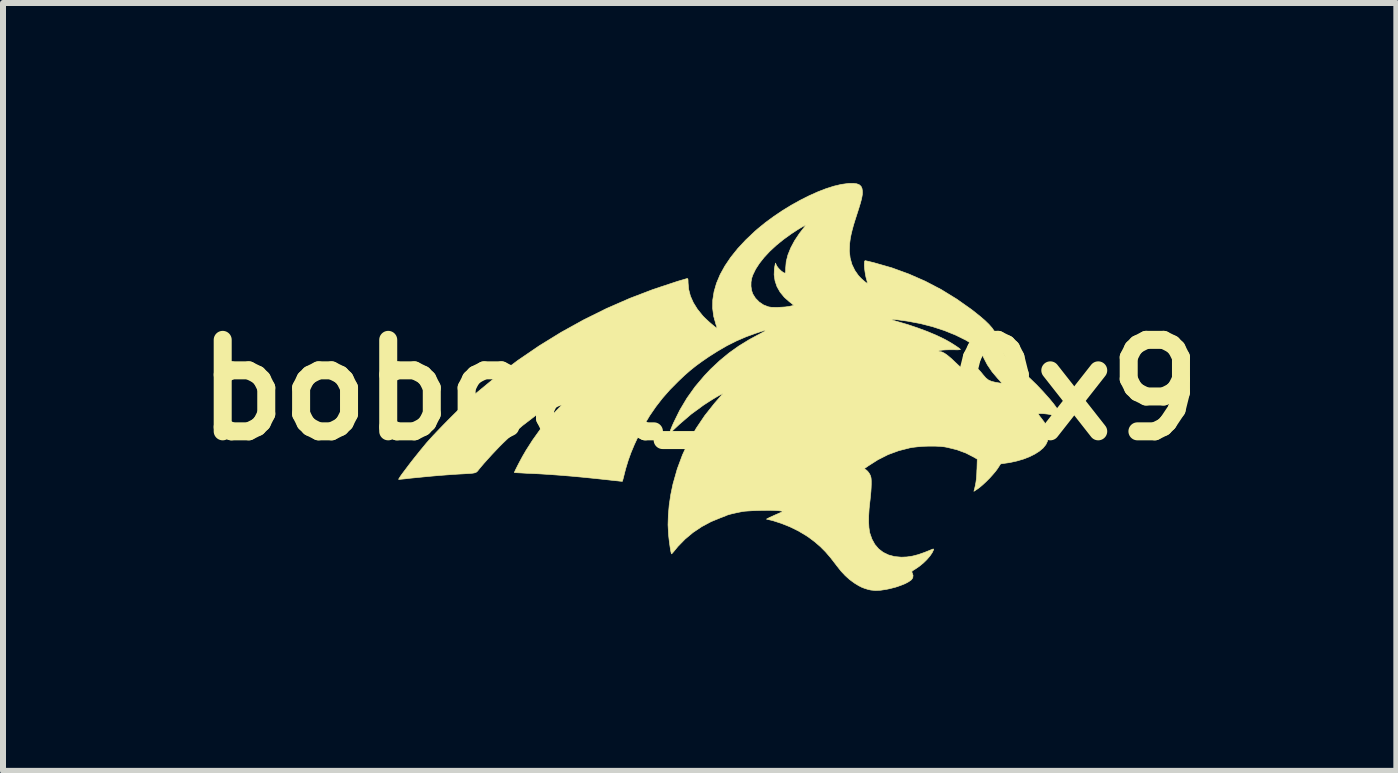
<source format=kicad_pcb>
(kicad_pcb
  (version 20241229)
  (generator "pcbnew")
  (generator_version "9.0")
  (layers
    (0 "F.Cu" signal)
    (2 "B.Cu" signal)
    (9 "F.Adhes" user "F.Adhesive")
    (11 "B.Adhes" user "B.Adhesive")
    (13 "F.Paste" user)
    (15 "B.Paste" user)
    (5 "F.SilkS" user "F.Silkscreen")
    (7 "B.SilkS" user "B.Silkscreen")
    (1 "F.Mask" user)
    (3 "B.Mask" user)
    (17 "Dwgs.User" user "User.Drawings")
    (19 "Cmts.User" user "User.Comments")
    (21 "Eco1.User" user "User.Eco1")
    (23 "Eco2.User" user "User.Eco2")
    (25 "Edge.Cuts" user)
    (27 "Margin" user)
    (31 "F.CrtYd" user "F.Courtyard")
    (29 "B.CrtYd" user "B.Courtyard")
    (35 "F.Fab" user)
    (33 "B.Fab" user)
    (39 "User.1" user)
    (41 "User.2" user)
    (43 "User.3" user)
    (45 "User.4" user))
  (footprint "bobcat_13.0x9"
    (layer "F.Cu")
    (at 8.607 3.447)
    (property "Reference" "bobcat_13.0x9" (at 0 0 0) (layer "F.SilkS") (effects (font (size 1.524 1.524) (thickness 0.3))))
    (attr through_hole)
    (fp_poly (pts (xy 2.617 -3.435) (xy 2.659 -3.419) (xy 2.688 -3.393) (xy 2.705 -3.356) (xy 2.71 -3.323) (xy 2.712 -3.29) (xy 2.71 -3.255) (xy 2.703 -3.214) (xy 2.692 -3.164) (xy 2.675 -3.103) (xy 2.652 -3.027) (xy 2.626 -2.946) (xy 2.591 -2.837) (xy 2.562 -2.743) (xy 2.54 -2.661) (xy 2.523 -2.59) (xy 2.51 -2.525) (xy 2.502 -2.463) (xy 2.499 -2.441) (xy 2.494 -2.314) (xy 2.507 -2.198) (xy 2.537 -2.091) (xy 2.585 -1.992) (xy 2.645 -1.906) (xy 2.671 -1.878) (xy 2.701 -1.848) (xy 2.733 -1.82) (xy 2.762 -1.796) (xy 2.784 -1.781) (xy 2.794 -1.778) (xy 2.795 -1.787) (xy 2.79 -1.809) (xy 2.783 -1.835) (xy 2.771 -1.878) (xy 2.761 -1.928) (xy 2.753 -1.981) (xy 2.747 -2.032) (xy 2.744 -2.079) (xy 2.745 -2.118) (xy 2.748 -2.144) (xy 2.756 -2.154) (xy 2.756 -2.154) (xy 2.77 -2.152) (xy 2.8 -2.145) (xy 2.842 -2.135) (xy 2.891 -2.123) (xy 2.911 -2.118) (xy 3.201 -2.035) (xy 3.484 -1.932) (xy 3.758 -1.812) (xy 4.024 -1.673) (xy 4.281 -1.515) (xy 4.528 -1.341) (xy 4.668 -1.23) (xy 4.751 -1.159) (xy 4.819 -1.093) (xy 4.874 -1.03) (xy 4.919 -0.964) (xy 4.957 -0.893) (xy 4.99 -0.813) (xy 5.009 -0.757) (xy 5.037 -0.676) (xy 5.067 -0.61) (xy 5.1 -0.553) (xy 5.141 -0.502) (xy 5.192 -0.452) (xy 5.257 -0.399) (xy 5.286 -0.377) (xy 5.39 -0.294) (xy 5.5 -0.196) (xy 5.612 -0.088) (xy 5.722 0.028) (xy 5.827 0.146) (xy 5.892 0.225) (xy 5.917 0.258) (xy 5.945 0.297) (xy 5.975 0.34) (xy 6.003 0.382) (xy 6.029 0.421) (xy 6.048 0.454) (xy 6.06 0.476) (xy 6.062 0.484) (xy 6.052 0.482) (xy 6.028 0.474) (xy 5.994 0.462) (xy 5.981 0.457) (xy 5.934 0.439) (xy 5.884 0.423) (xy 5.843 0.411) (xy 5.841 0.41) (xy 5.804 0.403) (xy 5.762 0.398) (xy 5.719 0.394) (xy 5.681 0.393) (xy 5.654 0.395) (xy 5.643 0.399) (xy 5.646 0.409) (xy 5.66 0.43) (xy 5.681 0.457) (xy 5.682 0.458) (xy 5.743 0.539) (xy 5.784 0.622) (xy 5.806 0.705) (xy 5.808 0.787) (xy 5.795 0.853) (xy 5.768 0.91) (xy 5.723 0.966) (xy 5.661 1.019) (xy 5.584 1.068) (xy 5.494 1.113) (xy 5.393 1.152) (xy 5.283 1.184) (xy 5.165 1.21) (xy 5.1 1.219) (xy 5.061 1.225) (xy 5.031 1.229) (xy 5.015 1.232) (xy 5.013 1.233) (xy 5.008 1.241) (xy 4.994 1.263) (xy 4.974 1.294) (xy 4.963 1.311) (xy 4.929 1.357) (xy 4.883 1.411) (xy 4.83 1.47) (xy 4.773 1.527) (xy 4.716 1.58) (xy 4.665 1.623) (xy 4.634 1.646) (xy 4.569 1.689) (xy 4.577 1.66) (xy 4.592 1.596) (xy 4.603 1.537) (xy 4.611 1.477) (xy 4.616 1.409) (xy 4.619 1.328) (xy 4.62 1.326) (xy 4.625 1.153) (xy 4.571 1.121) (xy 4.435 1.051) (xy 4.286 0.996) (xy 4.127 0.957) (xy 4.08 0.948) (xy 4.006 0.94) (xy 3.918 0.936) (xy 3.822 0.936) (xy 3.724 0.939) (xy 3.629 0.947) (xy 3.543 0.957) (xy 3.5 0.965) (xy 3.316 1.012) (xy 3.139 1.077) (xy 2.971 1.162) (xy 2.809 1.265) (xy 2.806 1.267) (xy 2.742 1.312) (xy 2.776 1.334) (xy 2.8 1.356) (xy 2.824 1.388) (xy 2.835 1.407) (xy 2.846 1.431) (xy 2.853 1.454) (xy 2.857 1.481) (xy 2.859 1.516) (xy 2.859 1.566) (xy 2.859 1.575) (xy 2.857 1.628) (xy 2.853 1.694) (xy 2.846 1.766) (xy 2.839 1.836) (xy 2.836 1.859) (xy 2.823 1.981) (xy 2.816 2.096) (xy 2.815 2.201) (xy 2.82 2.292) (xy 2.831 2.367) (xy 2.834 2.382) (xy 2.87 2.485) (xy 2.919 2.574) (xy 2.982 2.648) (xy 3.058 2.706) (xy 3.147 2.749) (xy 3.247 2.776) (xy 3.359 2.786) (xy 3.363 2.786) (xy 3.454 2.782) (xy 3.546 2.768) (xy 3.643 2.743) (xy 3.748 2.706) (xy 3.823 2.676) (xy 3.862 2.66) (xy 3.885 2.651) (xy 3.896 2.65) (xy 3.898 2.655) (xy 3.896 2.665) (xy 3.873 2.713) (xy 3.836 2.767) (xy 3.787 2.824) (xy 3.729 2.881) (xy 3.666 2.933) (xy 3.6 2.979) (xy 3.59 2.985) (xy 3.558 3.005) (xy 3.54 3.019) (xy 3.534 3.029) (xy 3.537 3.041) (xy 3.541 3.048) (xy 3.555 3.09) (xy 3.55 3.13) (xy 3.528 3.162) (xy 3.484 3.194) (xy 3.423 3.227) (xy 3.348 3.257) (xy 3.263 3.286) (xy 3.169 3.31) (xy 3.113 3.322) (xy 3.015 3.337) (xy 2.929 3.341) (xy 2.853 3.334) (xy 2.804 3.323) (xy 2.746 3.305) (xy 2.698 3.286) (xy 2.651 3.262) (xy 2.598 3.23) (xy 2.576 3.216) (xy 2.498 3.159) (xy 2.426 3.094) (xy 2.355 3.018) (xy 2.282 2.926) (xy 2.271 2.911) (xy 2.182 2.796) (xy 2.096 2.696) (xy 2.009 2.609) (xy 1.916 2.529) (xy 1.816 2.454) (xy 1.766 2.421) (xy 1.641 2.347) (xy 1.504 2.28) (xy 1.361 2.223) (xy 1.219 2.177) (xy 1.143 2.159) (xy 1.113 2.152) (xy 1.143 2.136) (xy 1.164 2.125) (xy 1.2 2.109) (xy 1.243 2.089) (xy 1.284 2.071) (xy 1.394 2.023) (xy 1.345 2.015) (xy 1.307 2.011) (xy 1.252 2.008) (xy 1.186 2.006) (xy 1.111 2.006) (xy 1.032 2.007) (xy 0.952 2.009) (xy 0.877 2.012) (xy 0.809 2.016) (xy 0.753 2.02) (xy 0.716 2.025) (xy 0.66 2.036) (xy 0.603 2.048) (xy 0.549 2.06) (xy 0.502 2.072) (xy 0.465 2.083) (xy 0.444 2.091) (xy 0.442 2.092) (xy 0.428 2.099) (xy 0.4 2.11) (xy 0.364 2.123) (xy 0.351 2.128) (xy 0.19 2.194) (xy 0.035 2.277) (xy -0.11 2.374) (xy -0.243 2.485) (xy -0.362 2.607) (xy -0.398 2.651) (xy -0.426 2.685) (xy -0.448 2.711) (xy -0.463 2.727) (xy -0.467 2.731) (xy -0.472 2.723) (xy -0.479 2.698) (xy -0.486 2.659) (xy -0.494 2.608) (xy -0.502 2.551) (xy -0.51 2.488) (xy -0.517 2.424) (xy -0.519 2.398) (xy -0.527 2.247) (xy -0.522 2.084) (xy -0.507 1.914) (xy -0.481 1.741) (xy -0.445 1.569) (xy -0.442 1.558) (xy -0.373 1.315) (xy -0.286 1.081) (xy -0.181 0.855) (xy -0.057 0.638) (xy 0.085 0.427) (xy 0.246 0.224) (xy 0.308 0.153) (xy 0.338 0.118) (xy 0.362 0.09) (xy 0.378 0.071) (xy 0.382 0.063) (xy 0.371 0.066) (xy 0.347 0.079) (xy 0.311 0.099) (xy 0.268 0.124) (xy 0.218 0.154) (xy 0.167 0.186) (xy 0.116 0.219) (xy 0.068 0.25) (xy 0.061 0.255) (xy -0.141 0.403) (xy -0.336 0.57) (xy -0.385 0.616) (xy -0.43 0.658) (xy -0.462 0.687) (xy -0.483 0.702) (xy -0.492 0.702) (xy -0.491 0.686) (xy -0.48 0.654) (xy -0.46 0.605) (xy -0.436 0.55) (xy -0.332 0.338) (xy -0.212 0.137) (xy -0.076 -0.054) (xy 0.078 -0.236) (xy 0.182 -0.346) (xy 0.334 -0.488) (xy 0.489 -0.616) (xy 0.652 -0.732) (xy 0.828 -0.84) (xy 0.967 -0.915) (xy 1.028 -0.947) (xy 1.072 -0.971) (xy 1.098 -0.986) (xy 1.106 -0.994) (xy 1.096 -0.994) (xy 1.067 -0.987) (xy 1.02 -0.973) (xy 0.954 -0.951) (xy 0.935 -0.945) (xy 0.773 -0.886) (xy 0.615 -0.818) (xy 0.457 -0.739) (xy 0.297 -0.646) (xy 0.155 -0.556) (xy 0.04 -0.477) (xy -0.063 -0.402) (xy -0.159 -0.325) (xy -0.253 -0.243) (xy -0.35 -0.151) (xy -0.354 -0.147) (xy -0.495 -0.005) (xy -0.619 0.136) (xy -0.73 0.279) (xy -0.832 0.427) (xy -0.927 0.587) (xy -1.018 0.762) (xy -1.021 0.767) (xy -1.088 0.91) (xy -1.144 1.044) (xy -1.191 1.175) (xy -1.232 1.31) (xy -1.248 1.371) (xy -1.261 1.423) (xy -1.272 1.467) (xy -1.281 1.5) (xy -1.286 1.519) (xy -1.287 1.522) (xy -1.297 1.522) (xy -1.324 1.52) (xy -1.366 1.515) (xy -1.419 1.51) (xy -1.481 1.503) (xy -1.515 1.499) (xy -1.739 1.475) (xy -1.947 1.454) (xy -2.141 1.436) (xy -2.326 1.421) (xy -2.504 1.408) (xy -2.68 1.397) (xy -2.814 1.391) (xy -2.886 1.388) (xy -2.951 1.384) (xy -3.006 1.381) (xy -3.049 1.379) (xy -3.077 1.377) (xy -3.087 1.376) (xy -3.084 1.366) (xy -3.073 1.341) (xy -3.055 1.305) (xy -3.032 1.259) (xy -3.005 1.207) (xy -2.976 1.153) (xy -2.946 1.098) (xy -2.916 1.047) (xy -2.896 1.012) (xy -2.785 0.838) (xy -2.66 0.663) (xy -2.563 0.539) (xy -2.515 0.484) (xy -2.457 0.419) (xy -2.39 0.347) (xy -2.32 0.274) (xy -2.249 0.203) (xy -2.182 0.138) (xy -2.123 0.082) (xy -2.096 0.058) (xy -2.063 0.028) (xy -2.036 0.004) (xy -2.02 -0.012) (xy -2.016 -0.018) (xy -2.026 -0.015) (xy -2.05 -0.003) (xy -2.086 0.016) (xy -2.13 0.04) (xy -2.159 0.056) (xy -2.434 0.219) (xy -2.698 0.399) (xy -2.952 0.594) (xy -3.191 0.803) (xy -3.275 0.883) (xy -3.334 0.942) (xy -3.398 1.009) (xy -3.465 1.08) (xy -3.531 1.153) (xy -3.593 1.222) (xy -3.646 1.284) (xy -3.678 1.323) (xy -3.692 1.341) (xy -3.705 1.356) (xy -3.717 1.367) (xy -3.733 1.375) (xy -3.754 1.382) (xy -3.783 1.387) (xy -3.822 1.391) (xy -3.875 1.394) (xy -3.943 1.398) (xy -4.018 1.402) (xy -4.113 1.408) (xy -4.222 1.416) (xy -4.342 1.425) (xy -4.467 1.436) (xy -4.593 1.448) (xy -4.715 1.46) (xy -4.827 1.471) (xy -4.882 1.478) (xy -4.931 1.483) (xy -4.972 1.487) (xy -5.002 1.49) (xy -5.015 1.49) (xy -5.016 1.49) (xy -5.012 1.48) (xy -4.997 1.456) (xy -4.973 1.42) (xy -4.939 1.374) (xy -4.899 1.321) (xy -4.854 1.261) (xy -4.805 1.197) (xy -4.753 1.131) (xy -4.7 1.065) (xy -4.648 1) (xy -4.598 0.94) (xy -4.554 0.886) (xy -4.503 0.829) (xy -4.44 0.76) (xy -4.367 0.683) (xy -4.286 0.599) (xy -4.201 0.512) (xy -4.113 0.424) (xy -4.025 0.337) (xy -3.94 0.255) (xy -3.86 0.179) (xy -3.788 0.112) (xy -3.726 0.056) (xy -3.713 0.045) (xy -3.377 -0.232) (xy -3.03 -0.492) (xy -2.674 -0.735) (xy -2.309 -0.96) (xy -1.935 -1.167) (xy -1.554 -1.356) (xy -1.165 -1.526) (xy -0.77 -1.677) (xy -0.368 -1.81) (xy -0.211 -1.856) (xy -0.202 -1.856) (xy -0.196 -1.848) (xy -0.194 -1.829) (xy -0.193 -1.793) (xy -0.193 -1.785) (xy -0.183 -1.675) (xy -0.154 -1.564) (xy -0.105 -1.454) (xy -0.038 -1.346) (xy 0.046 -1.242) (xy 0.059 -1.227) (xy 0.088 -1.198) (xy 0.122 -1.166) (xy 0.16 -1.131) (xy 0.198 -1.098) (xy 0.233 -1.069) (xy 0.262 -1.046) (xy 0.283 -1.032) (xy 0.29 -1.029) (xy 0.289 -1.039) (xy 0.282 -1.063) (xy 0.27 -1.096) (xy 0.269 -1.099) (xy 0.248 -1.176) (xy 3.184 -1.176) (xy 3.191 -1.172) (xy 3.215 -1.163) (xy 3.251 -1.152) (xy 3.296 -1.139) (xy 3.299 -1.138) (xy 3.467 -1.089) (xy 3.633 -1.033) (xy 3.792 -0.974) (xy 3.94 -0.912) (xy 4.054 -0.858) (xy 4.099 -0.835) (xy 4.147 -0.808) (xy 4.196 -0.779) (xy 4.242 -0.75) (xy 4.283 -0.723) (xy 4.316 -0.7) (xy 4.337 -0.683) (xy 4.344 -0.673) (xy 4.344 -0.673) (xy 4.332 -0.671) (xy 4.304 -0.669) (xy 4.265 -0.669) (xy 4.223 -0.67) (xy 4.159 -0.67) (xy 4.1 -0.668) (xy 4.05 -0.665) (xy 4.012 -0.66) (xy 3.989 -0.654) (xy 3.983 -0.649) (xy 3.991 -0.641) (xy 4 -0.64) (xy 4.036 -0.633) (xy 4.08 -0.611) (xy 4.132 -0.574) (xy 4.194 -0.522) (xy 4.257 -0.462) (xy 4.319 -0.404) (xy 4.37 -0.359) (xy 4.415 -0.326) (xy 4.456 -0.303) (xy 4.496 -0.288) (xy 4.537 -0.279) (xy 4.576 -0.279) (xy 4.6 -0.293) (xy 4.61 -0.319) (xy 4.609 -0.337) (xy 4.607 -0.357) (xy 4.612 -0.366) (xy 4.627 -0.358) (xy 4.651 -0.336) (xy 4.682 -0.302) (xy 4.717 -0.259) (xy 4.727 -0.247) (xy 4.768 -0.2) (xy 4.811 -0.166) (xy 4.863 -0.143) (xy 4.929 -0.127) (xy 4.932 -0.127) (xy 4.977 -0.119) (xy 5.006 -0.114) (xy 5.021 -0.113) (xy 5.028 -0.115) (xy 5.029 -0.118) (xy 5.023 -0.128) (xy 5.005 -0.149) (xy 4.98 -0.177) (xy 4.964 -0.194) (xy 4.872 -0.303) (xy 4.792 -0.421) (xy 4.729 -0.542) (xy 4.7 -0.615) (xy 4.689 -0.643) (xy 4.677 -0.664) (xy 4.661 -0.683) (xy 4.636 -0.703) (xy 4.598 -0.729) (xy 4.592 -0.734) (xy 4.437 -0.829) (xy 4.265 -0.914) (xy 4.08 -0.989) (xy 3.882 -1.054) (xy 3.675 -1.107) (xy 3.459 -1.147) (xy 3.299 -1.169) (xy 3.254 -1.173) (xy 3.217 -1.176) (xy 3.192 -1.177) (xy 3.184 -1.176) (xy 0.248 -1.176) (xy 0.233 -1.229) (xy 0.216 -1.363) (xy 0.218 -1.499) (xy 0.24 -1.638) (xy 0.266 -1.728) (xy 0.855 -1.728) (xy 0.865 -1.659) (xy 0.884 -1.601) (xy 0.93 -1.528) (xy 0.991 -1.466) (xy 1.063 -1.417) (xy 1.143 -1.386) (xy 1.162 -1.382) (xy 1.197 -1.377) (xy 1.247 -1.376) (xy 1.305 -1.376) (xy 1.367 -1.379) (xy 1.427 -1.383) (xy 1.479 -1.39) (xy 1.496 -1.393) (xy 1.53 -1.4) (xy 1.555 -1.407) (xy 1.565 -1.412) (xy 1.565 -1.412) (xy 1.557 -1.42) (xy 1.537 -1.437) (xy 1.508 -1.46) (xy 1.497 -1.468) (xy 1.411 -1.544) (xy 1.341 -1.629) (xy 1.289 -1.72) (xy 1.256 -1.817) (xy 1.241 -1.918) (xy 1.245 -2.022) (xy 1.251 -2.056) (xy 1.263 -2.114) (xy 1.28 -2.075) (xy 1.298 -2.046) (xy 1.326 -2.014) (xy 1.358 -1.983) (xy 1.389 -1.96) (xy 1.412 -1.948) (xy 1.422 -1.947) (xy 1.428 -1.952) (xy 1.431 -1.967) (xy 1.432 -1.995) (xy 1.433 -2.031) (xy 1.442 -2.138) (xy 1.47 -2.249) (xy 1.517 -2.366) (xy 1.581 -2.486) (xy 1.662 -2.608) (xy 1.722 -2.685) (xy 1.744 -2.713) (xy 1.758 -2.733) (xy 1.763 -2.743) (xy 1.762 -2.743) (xy 1.747 -2.738) (xy 1.718 -2.722) (xy 1.677 -2.698) (xy 1.628 -2.668) (xy 1.573 -2.632) (xy 1.524 -2.6) (xy 1.394 -2.506) (xy 1.275 -2.409) (xy 1.167 -2.309) (xy 1.074 -2.209) (xy 0.995 -2.109) (xy 0.932 -2.012) (xy 0.886 -1.917) (xy 0.868 -1.865) (xy 0.856 -1.799) (xy 0.855 -1.728) (xy 0.266 -1.728) (xy 0.281 -1.779) (xy 0.341 -1.922) (xy 0.42 -2.065) (xy 0.517 -2.209) (xy 0.633 -2.354) (xy 0.767 -2.498) (xy 0.918 -2.641) (xy 0.965 -2.682) (xy 1.096 -2.789) (xy 1.235 -2.891) (xy 1.379 -2.988) (xy 1.526 -3.078) (xy 1.675 -3.161) (xy 1.822 -3.235) (xy 1.967 -3.3) (xy 2.106 -3.354) (xy 2.238 -3.396) (xy 2.361 -3.425) (xy 2.473 -3.44) (xy 2.485 -3.441) (xy 2.559 -3.442) (xy 2.617 -3.435)) (stroke (width 0.01) (type solid)) (fill yes) (layer "F.SilkS")))
  (gr_rect
    (start -3 -3)
    (end 20.214 9.793)
    (stroke (width 0.1) (type default))
    (fill no)
    (layer "Edge.Cuts")))
</source>
